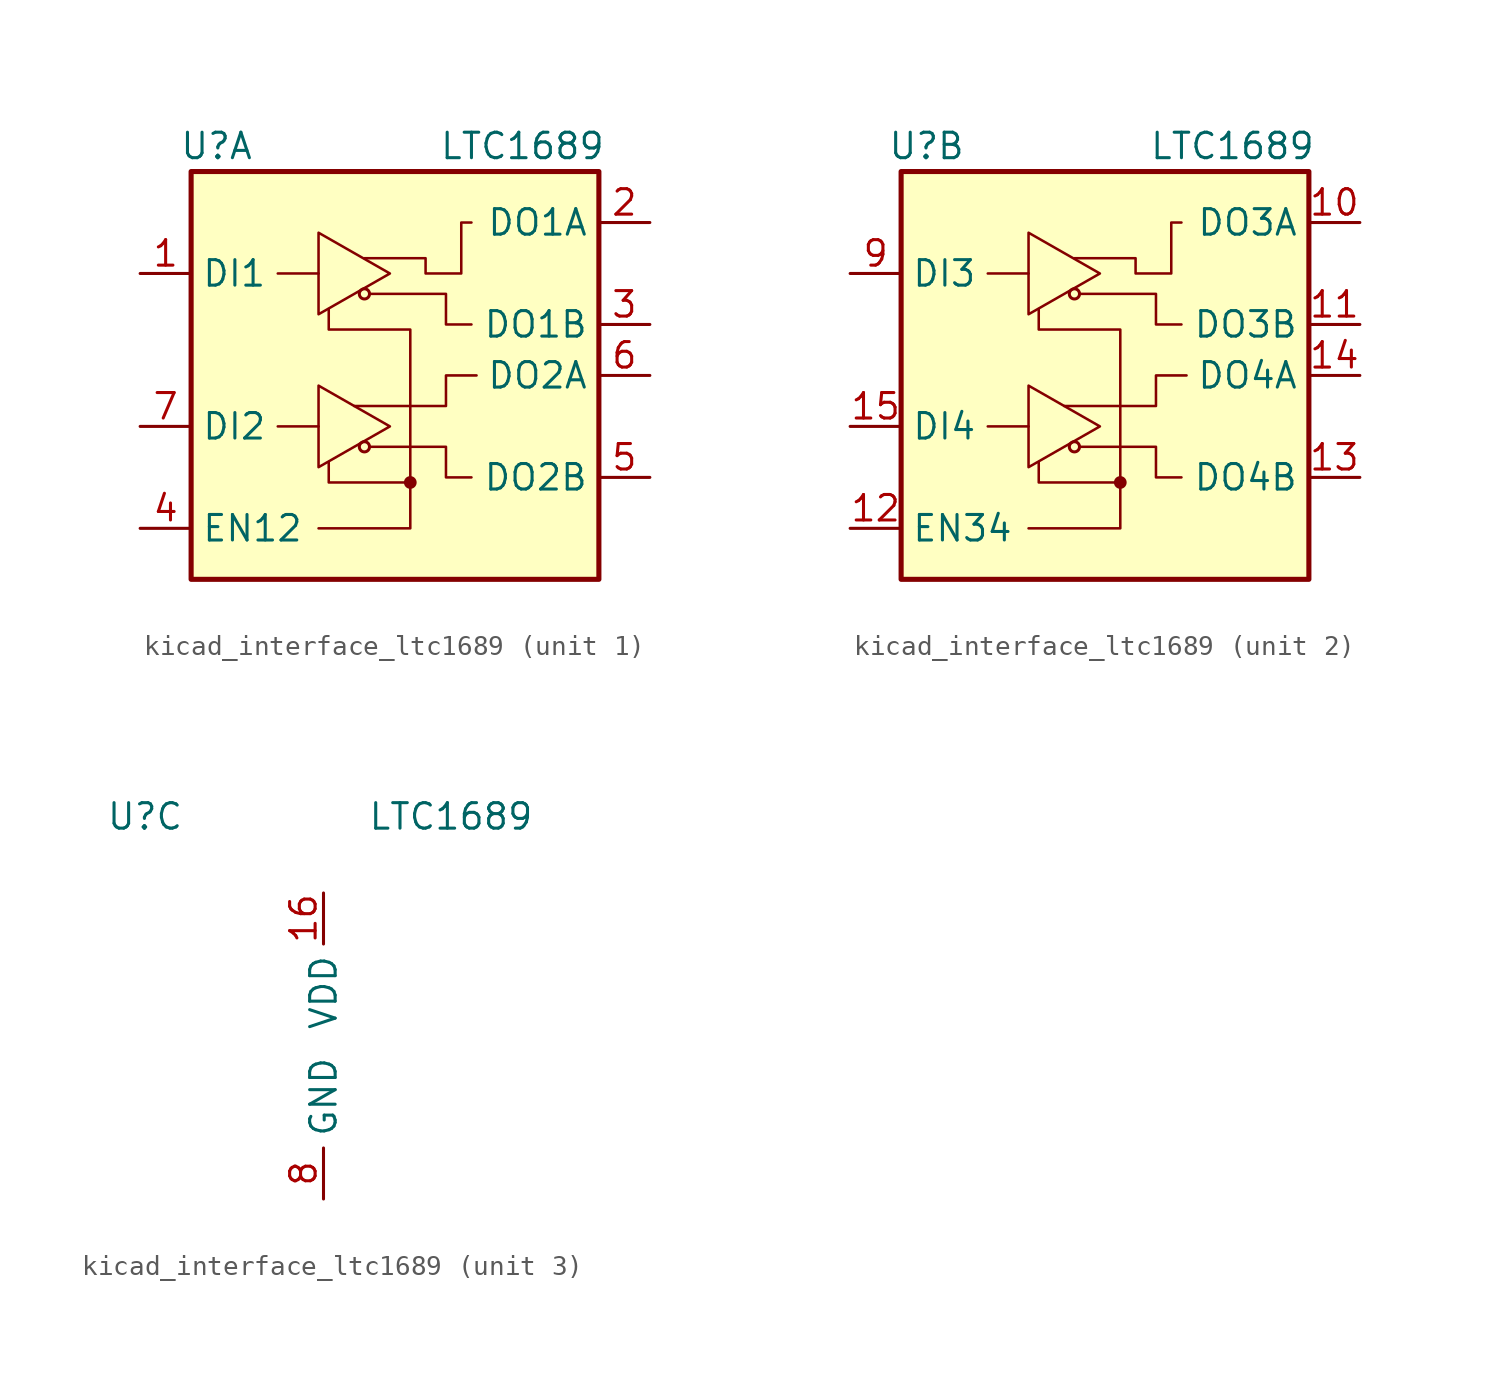
<source format=kicad_sym>
(kicad_symbol_lib
  (version 20220914)
  (generator kicad_symbol_editor)
  (symbol "kicad_interface_ltc1689"
    (property "Reference" "U"
      (at -8.89 11.43 0)
      (effects (font (size 1.27 1.27))))
    (property "Value" "LTC1689"
      (at 6.35 11.43 0)
      (effects (font (size 1.27 1.27))))
    (property "ki_locked" ""
      (at 0 0 0)
      (effects (font (size 1.27 1.27))))
    (symbol "kicad_interface_ltc1689_1_1"
      (rectangle (start -10.16 10.16) (end 10.16 -10.16) (stroke (width 0.254) (type default)) (fill (type background)))
      (circle (center -1.524 -3.556) (radius 0.254) (stroke (width 0) (type default)) (fill (type none)))
      (circle (center -1.524 4.064) (radius 0.254) (stroke (width 0) (type default)) (fill (type none)))
      (polyline (pts (xy -5.842 -2.54) (xy -3.81 -2.54)) (stroke (width 0.127) (type default)) (fill (type none)))
      (polyline (pts (xy -5.842 5.08) (xy -3.81 5.08)) (stroke (width 0.127) (type default)) (fill (type none)))
      (polyline (pts (xy 0.762 -5.334) (xy -3.302 -5.334) (xy -3.302 -4.318)) (stroke (width 0.127) (type default)) (fill (type none)))
      (polyline (pts (xy -3.81 -0.508) (xy -3.81 -4.572) (xy -0.254 -2.54) (xy -3.81 -0.508)) (stroke (width 0.127) (type default)) (fill (type none)))
      (polyline (pts (xy -3.81 7.112) (xy -3.81 3.048) (xy -0.254 5.08) (xy -3.81 7.112)) (stroke (width 0.127) (type default)) (fill (type none)))
      (polyline (pts (xy -2.032 -1.524) (xy 2.54 -1.524) (xy 2.54 0) (xy 4.064 0)) (stroke (width 0.127) (type default)) (fill (type none)))
      (polyline (pts (xy -1.27 -3.556) (xy 2.54 -3.556) (xy 2.54 -5.08) (xy 3.81 -5.08)) (stroke (width 0.127) (type default)) (fill (type none)))
      (polyline (pts (xy -1.27 4.064) (xy 2.54 4.064) (xy 2.54 2.54) (xy 3.81 2.54)) (stroke (width 0.127) (type default)) (fill (type none)))
      (polyline (pts (xy -3.81 -7.62) (xy 0.762 -7.62) (xy 0.762 2.286) (xy -3.302 2.286) (xy -3.302 3.302)) (stroke (width 0.127) (type default)) (fill (type none)))
      (polyline (pts (xy -1.524 5.842) (xy 1.524 5.842) (xy 1.524 5.08) (xy 3.302 5.08) (xy 3.302 7.62) (xy 3.81 7.62)) (stroke (width 0.127) (type default)) (fill (type none)))
      (circle (center 0.762 -5.334) (radius 0.254) (stroke (width 0.127) (type default)) (fill (type outline)))
      (pin input line (at -12.7 5.08 0) (length 2.54) (name "DI1" (effects (font (size 1.27 1.27)))) (number "1" (effects (font (size 1.27 1.27)))))
      (pin output line (at 12.7 7.62 180) (length 2.54) (name "DO1A" (effects (font (size 1.27 1.27)))) (number "2" (effects (font (size 1.27 1.27)))))
      (pin output line (at 12.7 2.54 180) (length 2.54) (name "DO1B" (effects (font (size 1.27 1.27)))) (number "3" (effects (font (size 1.27 1.27)))))
      (pin input line (at -12.7 -7.62 0) (length 2.54) (name "EN12" (effects (font (size 1.27 1.27)))) (number "4" (effects (font (size 1.27 1.27)))))
      (pin output line (at 12.7 -5.08 180) (length 2.54) (name "DO2B" (effects (font (size 1.27 1.27)))) (number "5" (effects (font (size 1.27 1.27)))))
      (pin output line (at 12.7 0 180) (length 2.54) (name "DO2A" (effects (font (size 1.27 1.27)))) (number "6" (effects (font (size 1.27 1.27)))))
      (pin input line (at -12.7 -2.54 0) (length 2.54) (name "DI2" (effects (font (size 1.27 1.27)))) (number "7" (effects (font (size 1.27 1.27))))))
    (symbol "kicad_interface_ltc1689_2_1"
      (rectangle (start -10.16 10.16) (end 10.16 -10.16) (stroke (width 0.254) (type default)) (fill (type background)))
      (circle (center -1.524 -3.556) (radius 0.254) (stroke (width 0) (type default)) (fill (type none)))
      (circle (center -1.524 4.064) (radius 0.254) (stroke (width 0) (type default)) (fill (type none)))
      (polyline (pts (xy -5.842 -2.54) (xy -3.81 -2.54)) (stroke (width 0.127) (type default)) (fill (type none)))
      (polyline (pts (xy -5.842 5.08) (xy -3.81 5.08)) (stroke (width 0.127) (type default)) (fill (type none)))
      (polyline (pts (xy 0.762 -5.334) (xy -3.302 -5.334) (xy -3.302 -4.318)) (stroke (width 0.127) (type default)) (fill (type none)))
      (polyline (pts (xy -3.81 -0.508) (xy -3.81 -4.572) (xy -0.254 -2.54) (xy -3.81 -0.508)) (stroke (width 0.127) (type default)) (fill (type none)))
      (polyline (pts (xy -3.81 7.112) (xy -3.81 3.048) (xy -0.254 5.08) (xy -3.81 7.112)) (stroke (width 0.127) (type default)) (fill (type none)))
      (polyline (pts (xy -2.032 -1.524) (xy 2.54 -1.524) (xy 2.54 0) (xy 4.064 0)) (stroke (width 0.127) (type default)) (fill (type none)))
      (polyline (pts (xy -1.27 -3.556) (xy 2.54 -3.556) (xy 2.54 -5.08) (xy 3.81 -5.08)) (stroke (width 0.127) (type default)) (fill (type none)))
      (polyline (pts (xy -1.27 4.064) (xy 2.54 4.064) (xy 2.54 2.54) (xy 3.81 2.54)) (stroke (width 0.127) (type default)) (fill (type none)))
      (polyline (pts (xy -3.81 -7.62) (xy 0.762 -7.62) (xy 0.762 2.286) (xy -3.302 2.286) (xy -3.302 3.302)) (stroke (width 0.127) (type default)) (fill (type none)))
      (polyline (pts (xy -1.524 5.842) (xy 1.524 5.842) (xy 1.524 5.08) (xy 3.302 5.08) (xy 3.302 7.62) (xy 3.81 7.62)) (stroke (width 0.127) (type default)) (fill (type none)))
      (circle (center 0.762 -5.334) (radius 0.254) (stroke (width 0.127) (type default)) (fill (type outline)))
      (pin output line (at 12.7 7.62 180) (length 2.54) (name "DO3A" (effects (font (size 1.27 1.27)))) (number "10" (effects (font (size 1.27 1.27)))))
      (pin output line (at 12.7 2.54 180) (length 2.54) (name "DO3B" (effects (font (size 1.27 1.27)))) (number "11" (effects (font (size 1.27 1.27)))))
      (pin input line (at -12.7 -7.62 0) (length 2.54) (name "EN34" (effects (font (size 1.27 1.27)))) (number "12" (effects (font (size 1.27 1.27)))))
      (pin output line (at 12.7 -5.08 180) (length 2.54) (name "DO4B" (effects (font (size 1.27 1.27)))) (number "13" (effects (font (size 1.27 1.27)))))
      (pin output line (at 12.7 0 180) (length 2.54) (name "DO4A" (effects (font (size 1.27 1.27)))) (number "14" (effects (font (size 1.27 1.27)))))
      (pin input line (at -12.7 -2.54 0) (length 2.54) (name "DI4" (effects (font (size 1.27 1.27)))) (number "15" (effects (font (size 1.27 1.27)))))
      (pin input line (at -12.7 5.08 0) (length 2.54) (name "DI3" (effects (font (size 1.27 1.27)))) (number "9" (effects (font (size 1.27 1.27))))))
    (symbol "kicad_interface_ltc1689_3_1"
      (pin power_in line (at 0 7.62 270) (length 2.54) (name "VDD" (effects (font (size 1.27 1.27)))) (number "16" (effects (font (size 1.27 1.27)))))
      (pin power_in line (at 0 -7.62 90) (length 2.54) (name "GND" (effects (font (size 1.27 1.27)))) (number "8" (effects (font (size 1.27 1.27))))))))
</source>
